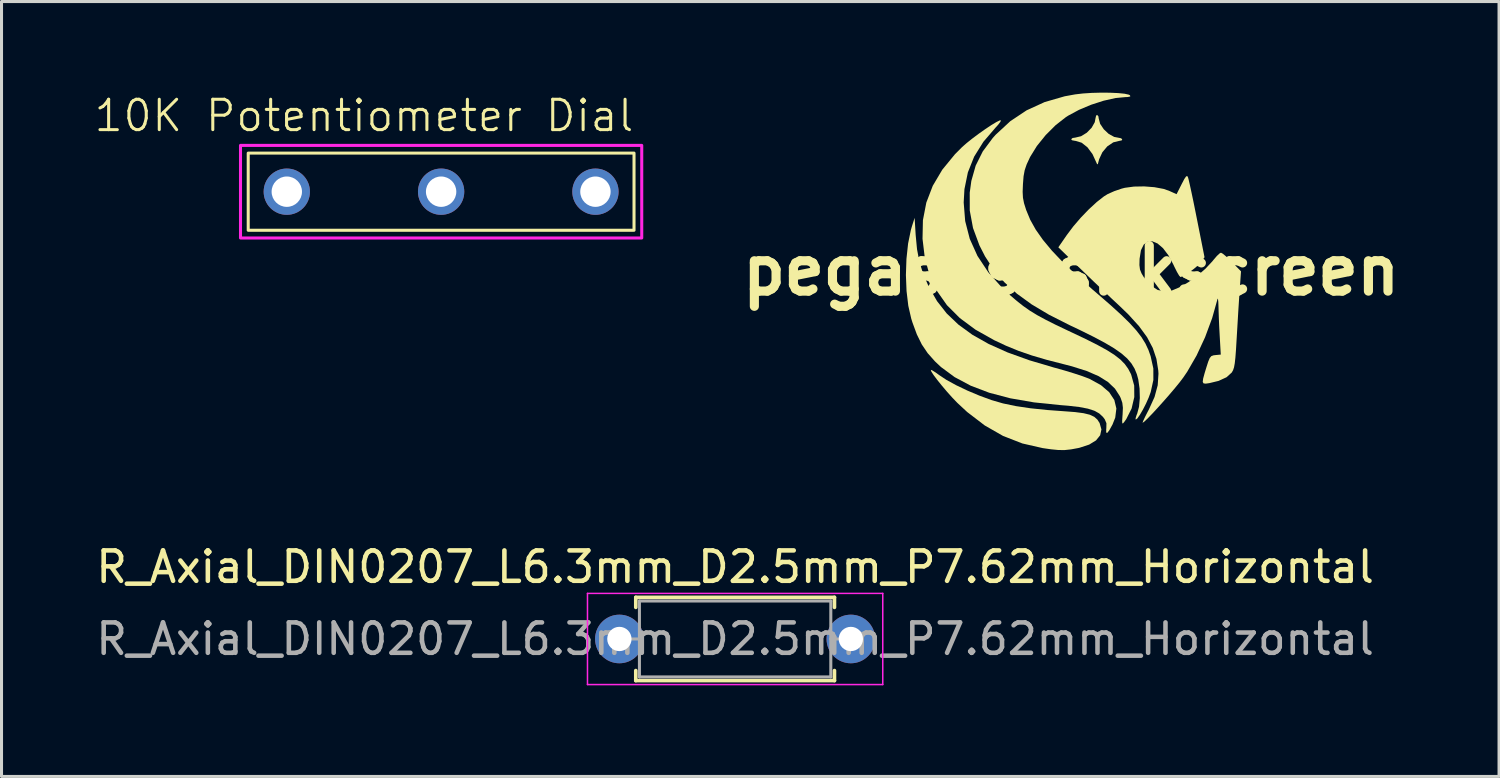
<source format=kicad_pcb>
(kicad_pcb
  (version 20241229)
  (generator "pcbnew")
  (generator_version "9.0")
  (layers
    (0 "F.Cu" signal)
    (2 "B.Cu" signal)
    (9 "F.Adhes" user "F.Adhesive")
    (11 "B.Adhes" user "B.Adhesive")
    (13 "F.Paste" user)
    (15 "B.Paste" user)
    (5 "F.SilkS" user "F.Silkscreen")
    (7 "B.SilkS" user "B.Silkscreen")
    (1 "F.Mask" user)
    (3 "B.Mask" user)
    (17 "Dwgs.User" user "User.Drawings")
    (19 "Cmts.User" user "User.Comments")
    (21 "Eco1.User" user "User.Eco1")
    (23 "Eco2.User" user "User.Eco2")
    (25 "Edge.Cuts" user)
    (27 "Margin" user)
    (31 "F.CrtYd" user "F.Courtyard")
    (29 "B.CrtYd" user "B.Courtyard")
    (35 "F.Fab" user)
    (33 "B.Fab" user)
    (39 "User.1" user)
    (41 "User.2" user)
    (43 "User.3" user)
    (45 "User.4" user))
  (footprint "R_Axial_DIN0207_L6.3mm_D2.5mm_P7.62mm_Horizontal"
    (layer "F.Cu")
    (at 17.339 17.984)
    (property "Reference" "R_Axial_DIN0207_L6.3mm_D2.5mm_P7.62mm_Horizontal" (at 3.81 -2.37 0) (layer "F.SilkS") (effects (font (size 1 1) (thickness 0.15))))
    (attr through_hole)
    (fp_line (start 0.54 -1.37) (end 7.08 -1.37) (stroke (width 0.12) (type solid)) (layer "F.SilkS"))
    (fp_line (start 0.54 -1.04) (end 0.54 -1.37) (stroke (width 0.12) (type solid)) (layer "F.SilkS"))
    (fp_line (start 0.54 1.04) (end 0.54 1.37) (stroke (width 0.12) (type solid)) (layer "F.SilkS"))
    (fp_line (start 0.54 1.37) (end 7.08 1.37) (stroke (width 0.12) (type solid)) (layer "F.SilkS"))
    (fp_line (start 7.08 -1.37) (end 7.08 -1.04) (stroke (width 0.12) (type solid)) (layer "F.SilkS"))
    (fp_line (start 7.08 1.37) (end 7.08 1.04) (stroke (width 0.12) (type solid)) (layer "F.SilkS"))
    (fp_line (start -1.05 -1.5) (end -1.05 1.5) (stroke (width 0.05) (type solid)) (layer "F.CrtYd"))
    (fp_line (start -1.05 1.5) (end 8.67 1.5) (stroke (width 0.05) (type solid)) (layer "F.CrtYd"))
    (fp_line (start 8.67 -1.5) (end -1.05 -1.5) (stroke (width 0.05) (type solid)) (layer "F.CrtYd"))
    (fp_line (start 8.67 1.5) (end 8.67 -1.5) (stroke (width 0.05) (type solid)) (layer "F.CrtYd"))
    (fp_line (start 0 0) (end 0.66 0) (stroke (width 0.1) (type solid)) (layer "F.Fab"))
    (fp_line (start 0.66 -1.25) (end 0.66 1.25) (stroke (width 0.1) (type solid)) (layer "F.Fab"))
    (fp_line (start 0.66 1.25) (end 6.96 1.25) (stroke (width 0.1) (type solid)) (layer "F.Fab"))
    (fp_line (start 6.96 -1.25) (end 0.66 -1.25) (stroke (width 0.1) (type solid)) (layer "F.Fab"))
    (fp_line (start 6.96 1.25) (end 6.96 -1.25) (stroke (width 0.1) (type solid)) (layer "F.Fab"))
    (fp_line (start 7.62 0) (end 6.96 0) (stroke (width 0.1) (type solid)) (layer "F.Fab"))
    (fp_text user "${REFERENCE}" (at 3.81 0 0) (layer "F.Fab") (effects (font (size 1 1) (thickness 0.15))))
    (pad "1" thru_hole circle (at 0 0) (size 1.6 1.6) (drill 0.8) (layers "*.Cu" "*.Mask"))
    (pad "2" thru_hole oval (at 7.62 0) (size 1.6 1.6) (drill 0.8) (layers "*.Cu" "*.Mask")))
  (footprint "10K Potentiometer Dial"
    (layer "F.Cu")
    (at 11.471 4.53)
    (property "Reference" "10K Potentiometer Dial" (at -2.54 -3.77 0) (unlocked yes) (layer "F.SilkS") (effects (font (size 1 1) (thickness 0.1))))
    (attr through_hole)
    (fp_rect (start -6.35 0) (end 6.35 -2.54) (stroke (width 0.1) (type default)) (fill no) (layer "F.SilkS"))
    (fp_rect (start -6.604 -2.794) (end 6.604 0.254) (stroke (width 0.1) (type default)) (fill no) (layer "F.CrtYd"))
    (pad "1" thru_hole circle (at 5.08 -1.27) (size 1.524 1.524) (drill 1) (layers "*.Cu" "*.Mask"))
    (pad "2" thru_hole circle (at 0 -1.27) (size 1.524 1.524) (drill 1) (layers "*.Cu" "*.Mask"))
    (pad "3" thru_hole circle (at -5.08 -1.27) (size 1.524 1.524) (drill 1) (layers "*.Cu" "*.Mask")))
  (footprint "pegasus silkscreen"
    (layer "F.Cu")
    (at 32.211 5.855)
    (property "Reference" "pegasus silkscreen" (at 0 0 0) (layer "F.SilkS") (effects (font (size 1.5 1.5) (thickness 0.3))))
    (attr board_only exclude_from_pos_files exclude_from_bom)
    (fp_poly (pts (xy 0.896 -5.077) (xy 0.907 -5.003) (xy 0.954 -4.828) (xy 1.073 -4.65) (xy 1.236 -4.497) (xy 1.416 -4.398) (xy 1.531 -4.376) (xy 1.639 -4.354) (xy 1.681 -4.322) (xy 1.663 -4.282) (xy 1.591 -4.269) (xy 1.386 -4.219) (xy 1.19 -4.087) (xy 1.027 -3.893) (xy 0.92 -3.662) (xy 0.908 -3.614) (xy 0.879 -3.507) (xy 0.855 -3.496) (xy 0.832 -3.549) (xy 0.702 -3.833) (xy 0.534 -4.058) (xy 0.343 -4.208) (xy 0.144 -4.268) (xy 0.126 -4.269) (xy 0.029 -4.288) (xy 0 -4.322) (xy 0.046 -4.362) (xy 0.139 -4.376) (xy 0.327 -4.421) (xy 0.515 -4.537) (xy 0.674 -4.7) (xy 0.777 -4.882) (xy 0.8 -5.006) (xy 0.821 -5.098) (xy 0.854 -5.123)) (stroke (width 0) (type solid)) (fill yes) (layer "F.SilkS"))
    (fp_poly (pts (xy -4.571 3.288) (xy -4.463 3.356) (xy -4.346 3.441) (xy -4.106 3.6) (xy -3.787 3.775) (xy -3.418 3.951) (xy -3.022 4.118) (xy -2.627 4.263) (xy -2.615 4.267) (xy -2.243 4.375) (xy -1.821 4.463) (xy -1.336 4.535) (xy -0.772 4.593) (xy -0.24 4.632) (xy 0.13 4.66) (xy 0.409 4.697) (xy 0.614 4.747) (xy 0.76 4.816) (xy 0.864 4.909) (xy 0.936 5.021) (xy 0.996 5.231) (xy 0.955 5.423) (xy 0.819 5.592) (xy 0.592 5.731) (xy 0.28 5.833) (xy 0.233 5.844) (xy -0.005 5.888) (xy -0.21 5.91) (xy -0.418 5.909) (xy -0.664 5.885) (xy -0.936 5.846) (xy -1.606 5.693) (xy -2.241 5.446) (xy -2.844 5.101) (xy -3.424 4.657) (xy -3.749 4.355) (xy -3.913 4.184) (xy -4.087 3.99) (xy -4.256 3.79) (xy -4.408 3.602) (xy -4.529 3.441) (xy -4.604 3.325) (xy -4.622 3.27) (xy -4.621 3.27)) (stroke (width 0) (type solid)) (fill yes) (layer "F.SilkS"))
    (fp_poly (pts (xy -5.119 -1.174) (xy -5.074 -0.7) (xy -4.996 -0.29) (xy -4.876 0.096) (xy -4.703 0.499) (xy -4.672 0.562) (xy -4.414 1.009) (xy -4.097 1.413) (xy -3.712 1.78) (xy -3.255 2.113) (xy -2.717 2.417) (xy -2.094 2.696) (xy -1.378 2.954) (xy -0.564 3.195) (xy -0.513 3.208) (xy -0.205 3.295) (xy 0.096 3.387) (xy 0.361 3.474) (xy 0.561 3.549) (xy 0.609 3.569) (xy 0.981 3.774) (xy 1.252 4.006) (xy 1.421 4.263) (xy 1.488 4.542) (xy 1.451 4.842) (xy 1.362 5.067) (xy 1.257 5.257) (xy 1.188 5.346) (xy 1.153 5.335) (xy 1.154 5.222) (xy 1.158 5.187) (xy 1.161 5.027) (xy 1.105 4.896) (xy 1.045 4.817) (xy 0.924 4.705) (xy 0.764 4.616) (xy 0.55 4.547) (xy 0.267 4.493) (xy -0.099 4.451) (xy -0.347 4.431) (xy -1.222 4.341) (xy -2.004 4.206) (xy -2.698 4.023) (xy -3.307 3.791) (xy -3.836 3.509) (xy -4.288 3.175) (xy -4.482 2.992) (xy -4.723 2.721) (xy -4.917 2.434) (xy -5.08 2.103) (xy -5.228 1.701) (xy -5.265 1.581) (xy -5.361 1.162) (xy -5.419 0.674) (xy -5.44 0.149) (xy -5.422 -0.382) (xy -5.368 -0.887) (xy -5.276 -1.337) (xy -5.242 -1.454) (xy -5.153 -1.734)) (stroke (width 0) (type solid)) (fill yes) (layer "F.SilkS"))
    (fp_poly (pts (xy -2.33 -4.894) (xy -2.406 -4.795) (xy -2.482 -4.712) (xy -2.889 -4.238) (xy -3.194 -3.748) (xy -3.4 -3.231) (xy -3.513 -2.679) (xy -3.538 -2.241) (xy -3.489 -1.628) (xy -3.338 -1.042) (xy -3.085 -0.481) (xy -2.729 0.057) (xy -2.269 0.572) (xy -2.013 0.81) (xy -1.787 1.004) (xy -1.576 1.17) (xy -1.361 1.321) (xy -1.124 1.466) (xy -0.846 1.617) (xy -0.511 1.786) (xy -0.099 1.982) (xy -0.001 2.028) (xy 0.478 2.255) (xy 0.869 2.452) (xy 1.182 2.624) (xy 1.428 2.781) (xy 1.619 2.93) (xy 1.765 3.079) (xy 1.877 3.235) (xy 1.966 3.405) (xy 1.976 3.429) (xy 2.075 3.787) (xy 2.078 4.165) (xy 1.99 4.541) (xy 1.813 4.893) (xy 1.745 4.988) (xy 1.703 5.035) (xy 1.682 5.025) (xy 1.679 4.942) (xy 1.69 4.772) (xy 1.693 4.739) (xy 1.703 4.519) (xy 1.684 4.355) (xy 1.631 4.2) (xy 1.603 4.139) (xy 1.442 3.889) (xy 1.212 3.67) (xy 0.905 3.478) (xy 0.513 3.308) (xy 0.026 3.154) (xy -0.225 3.089) (xy -0.798 2.942) (xy -1.292 2.797) (xy -1.732 2.645) (xy -2.145 2.476) (xy -2.535 2.293) (xy -3.151 1.946) (xy -3.668 1.563) (xy -4.09 1.14) (xy -4.42 0.67) (xy -4.662 0.151) (xy -4.819 -0.424) (xy -4.893 -1.045) (xy -4.88 -1.656) (xy -4.768 -2.236) (xy -4.556 -2.789) (xy -4.243 -3.318) (xy -3.826 -3.827) (xy -3.59 -4.064) (xy -3.438 -4.198) (xy -3.248 -4.349) (xy -3.038 -4.506) (xy -2.825 -4.656) (xy -2.628 -4.787) (xy -2.464 -4.886) (xy -2.352 -4.941) (xy -2.312 -4.945)) (stroke (width 0) (type solid)) (fill yes) (layer "F.SilkS"))
    (fp_poly (pts (xy 1.277 -5.853) (xy 1.543 -5.841) (xy 1.757 -5.82) (xy 1.898 -5.789) (xy 1.938 -5.767) (xy 1.946 -5.728) (xy 1.861 -5.711) (xy 1.802 -5.71) (xy 1.462 -5.678) (xy 1.07 -5.59) (xy 0.658 -5.457) (xy 0.258 -5.289) (xy -0.099 -5.097) (xy -0.171 -5.051) (xy -0.51 -4.786) (xy -0.838 -4.459) (xy -1.128 -4.1) (xy -1.348 -3.744) (xy -1.362 -3.716) (xy -1.466 -3.491) (xy -1.53 -3.302) (xy -1.567 -3.102) (xy -1.587 -2.845) (xy -1.597 -2.59) (xy -1.587 -2.396) (xy -1.552 -2.217) (xy -1.486 -2.007) (xy -1.481 -1.992) (xy -1.348 -1.671) (xy -1.167 -1.347) (xy -0.931 -1.011) (xy -0.634 -0.654) (xy -0.269 -0.269) (xy 0.171 0.152) (xy 0.694 0.618) (xy 0.877 0.775) (xy 1.299 1.141) (xy 1.644 1.455) (xy 1.922 1.727) (xy 2.141 1.968) (xy 2.312 2.189) (xy 2.443 2.401) (xy 2.544 2.616) (xy 2.616 2.82) (xy 2.705 3.223) (xy 2.706 3.604) (xy 2.619 4) (xy 2.552 4.182) (xy 2.462 4.384) (xy 2.361 4.581) (xy 2.262 4.75) (xy 2.179 4.868) (xy 2.126 4.909) (xy 2.12 4.866) (xy 2.153 4.759) (xy 2.174 4.709) (xy 2.234 4.485) (xy 2.26 4.198) (xy 2.252 3.885) (xy 2.209 3.585) (xy 2.163 3.415) (xy 2.087 3.229) (xy 1.983 3.058) (xy 1.843 2.894) (xy 1.658 2.732) (xy 1.416 2.562) (xy 1.11 2.38) (xy 0.728 2.177) (xy 0.263 1.947) (xy -0.056 1.796) (xy -0.726 1.457) (xy -1.3 1.115) (xy -1.788 0.761) (xy -2.199 0.386) (xy -2.545 -0.019) (xy -2.834 -0.464) (xy -3.019 -0.826) (xy -3.231 -1.399) (xy -3.338 -1.975) (xy -3.339 -2.563) (xy -3.286 -2.95) (xy -3.143 -3.453) (xy -2.911 -3.919) (xy -2.581 -4.363) (xy -2.482 -4.473) (xy -2.002 -4.917) (xy -1.467 -5.273) (xy -0.873 -5.545) (xy -0.214 -5.735) (xy 0.131 -5.798) (xy 0.388 -5.828) (xy 0.679 -5.847) (xy 0.982 -5.855)) (stroke (width 0) (type solid)) (fill yes) (layer "F.SilkS"))
    (fp_poly (pts (xy 3.846 -3.068) (xy 3.868 -2.987) (xy 3.907 -2.818) (xy 3.96 -2.575) (xy 4.023 -2.276) (xy 4.092 -1.935) (xy 4.139 -1.699) (xy 4.39 -0.437) (xy 4.277 -0.278) (xy 4.182 -0.175) (xy 4.039 -0.054) (xy 3.878 0.065) (xy 3.728 0.16) (xy 3.618 0.21) (xy 3.597 0.213) (xy 3.554 0.168) (xy 3.483 0.047) (xy 3.397 -0.125) (xy 3.369 -0.186) (xy 3.201 -0.501) (xy 3.023 -0.736) (xy 2.843 -0.89) (xy 2.67 -0.962) (xy 2.516 -0.95) (xy 2.388 -0.852) (xy 2.297 -0.667) (xy 2.253 -0.392) (xy 2.252 -0.383) (xy 2.247 -0.179) (xy 2.265 -0.035) (xy 2.316 0.093) (xy 2.396 0.227) (xy 2.608 0.484) (xy 2.848 0.64) (xy 3.113 0.693) (xy 3.117 0.693) (xy 3.326 0.654) (xy 3.582 0.546) (xy 3.863 0.382) (xy 4.148 0.177) (xy 4.417 -0.056) (xy 4.647 -0.302) (xy 4.685 -0.349) (xy 4.797 -0.48) (xy 4.89 -0.566) (xy 4.931 -0.587) (xy 4.995 -0.551) (xy 5.11 -0.456) (xy 5.253 -0.319) (xy 5.292 -0.28) (xy 5.591 0.027) (xy 5.546 0.667) (xy 5.527 0.948) (xy 5.504 1.299) (xy 5.481 1.685) (xy 5.458 2.069) (xy 5.447 2.256) (xy 5.426 2.607) (xy 5.406 2.868) (xy 5.385 3.056) (xy 5.361 3.188) (xy 5.33 3.281) (xy 5.29 3.352) (xy 5.286 3.358) (xy 5.115 3.513) (xy 4.854 3.633) (xy 4.549 3.707) (xy 4.431 3.724) (xy 4.359 3.716) (xy 4.331 3.667) (xy 4.344 3.56) (xy 4.393 3.379) (xy 4.447 3.202) (xy 4.511 3.001) (xy 4.562 2.88) (xy 4.614 2.818) (xy 4.685 2.792) (xy 4.748 2.784) (xy 4.925 2.767) (xy 4.891 2.171) (xy 4.875 1.88) (xy 4.862 1.583) (xy 4.853 1.322) (xy 4.85 1.201) (xy 4.844 1.035) (xy 4.833 0.937) (xy 4.821 0.926) (xy 4.819 0.934) (xy 4.641 1.568) (xy 4.407 2.199) (xy 4.129 2.797) (xy 3.821 3.331) (xy 3.691 3.522) (xy 3.573 3.678) (xy 3.418 3.868) (xy 3.239 4.079) (xy 3.049 4.296) (xy 2.86 4.507) (xy 2.684 4.698) (xy 2.533 4.854) (xy 2.421 4.963) (xy 2.359 5.01) (xy 2.351 5.007) (xy 2.373 4.946) (xy 2.434 4.816) (xy 2.523 4.641) (xy 2.556 4.58) (xy 2.745 4.163) (xy 2.849 3.777) (xy 2.874 3.398) (xy 2.867 3.289) (xy 2.807 2.909) (xy 2.686 2.549) (xy 2.498 2.194) (xy 2.234 1.832) (xy 1.887 1.45) (xy 1.59 1.163) (xy 1.34 0.93) (xy 1.044 0.65) (xy 0.731 0.352) (xy 0.431 0.063) (xy 0.288 -0.075) (xy -0.422 -0.764) (xy -0.144 -1.167) (xy 0.07 -1.452) (xy 0.319 -1.742) (xy 0.584 -2.017) (xy 0.844 -2.256) (xy 1.079 -2.44) (xy 1.202 -2.516) (xy 1.418 -2.612) (xy 1.663 -2.696) (xy 1.768 -2.723) (xy 2.067 -2.763) (xy 2.403 -2.769) (xy 2.74 -2.743) (xy 3.04 -2.687) (xy 3.216 -2.627) (xy 3.47 -2.513) (xy 3.637 -2.844) (xy 3.726 -3.014) (xy 3.784 -3.098) (xy 3.821 -3.11)) (stroke (width 0) (type solid)) (fill yes) (layer "F.SilkS")))
  (gr_rect
    (start -3 -3)
    (end 46.296 22.509)
    (stroke (width 0.1) (type default))
    (fill no)
    (layer "Edge.Cuts")))
</source>
